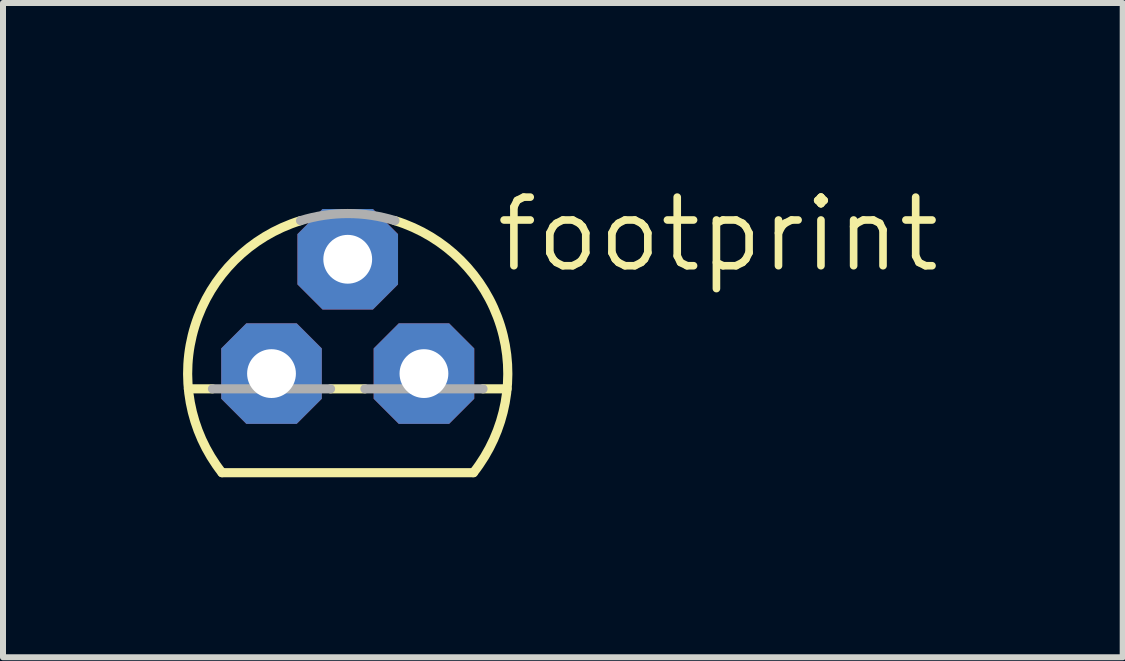
<source format=kicad_pcb>
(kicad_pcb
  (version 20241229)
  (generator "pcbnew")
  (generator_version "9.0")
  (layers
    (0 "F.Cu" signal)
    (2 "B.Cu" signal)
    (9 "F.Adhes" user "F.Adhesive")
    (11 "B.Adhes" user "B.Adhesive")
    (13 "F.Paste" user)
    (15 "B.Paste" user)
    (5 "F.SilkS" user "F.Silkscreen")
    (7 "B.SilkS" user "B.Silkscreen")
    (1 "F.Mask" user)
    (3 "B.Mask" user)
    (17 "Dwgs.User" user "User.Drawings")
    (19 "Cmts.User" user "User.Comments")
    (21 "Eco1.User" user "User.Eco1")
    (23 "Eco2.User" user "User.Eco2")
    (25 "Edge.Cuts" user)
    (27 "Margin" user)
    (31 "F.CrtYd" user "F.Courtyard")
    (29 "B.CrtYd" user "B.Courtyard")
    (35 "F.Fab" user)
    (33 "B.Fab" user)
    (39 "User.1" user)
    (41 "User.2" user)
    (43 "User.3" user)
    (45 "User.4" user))
  (footprint "footprint"
    (layer "F.Cu")
    (at 2.744 3.175)
    (property "Reference" "footprint" (at 2.413 -1.651 0) (layer "F.SilkS") (effects (font (size 1.143 1.143) (thickness 0.127)) (justify left bottom)))
    (fp_line (start -2.655 0.254) (end -2.254 0.254) (stroke (width 0.152) (type solid)) (layer "F.SilkS"))
    (fp_line (start -2.095 1.651) (end 2.095 1.651) (stroke (width 0.152) (type solid)) (layer "F.SilkS"))
    (fp_line (start -0.286 0.254) (end 0.286 0.254) (stroke (width 0.152) (type solid)) (layer "F.SilkS"))
    (fp_line (start 2.254 0.254) (end 2.655 0.254) (stroke (width 0.152) (type solid)) (layer "F.SilkS"))
    (fp_arc (start -2.095 1.651) (mid -2.546798 -0.793169) (end -0.786898 -2.5484) (stroke (width 0.1524) (type solid)) (layer "F.SilkS"))
    (fp_arc (start 0.7869 -2.5484) (mid 2.546798 -0.793168) (end 2.094999 1.651001) (stroke (width 0.1524) (type solid)) (layer "F.SilkS"))
    (fp_line (start -2.254 0.254) (end -0.286 0.254) (stroke (width 0.152) (type solid)) (layer "F.Fab"))
    (fp_line (start 0.286 0.254) (end 2.254 0.254) (stroke (width 0.152) (type solid)) (layer "F.Fab"))
    (fp_arc (start -0.7864 -2.5484) (mid 0 -2.666977) (end 0.7864 -2.5484) (stroke (width 0.1524) (type solid)) (layer "F.Fab"))
    (pad "1" thru_hole roundrect (at -1.27 0) (size 1.676 1.676) (drill 0.813) (layers "*.Cu" "*.Mask") (roundrect_rratio 0.25) (chamfer_ratio 0.25) (chamfer top_left top_right bottom_left bottom_right))
    (pad "2" thru_hole roundrect (at 0 -1.905) (size 1.676 1.676) (drill 0.813) (layers "*.Cu" "*.Mask") (roundrect_rratio 0.25) (chamfer_ratio 0.25) (chamfer top_left top_right bottom_left bottom_right))
    (pad "3" thru_hole roundrect (at 1.27 0) (size 1.676 1.676) (drill 0.813) (layers "*.Cu" "*.Mask") (roundrect_rratio 0.25) (chamfer_ratio 0.25) (chamfer top_left top_right bottom_left bottom_right)))
  (gr_rect
    (start -3 -3)
    (end 15.657 7.902)
    (stroke (width 0.1) (type default))
    (fill no)
    (layer "Edge.Cuts")))
</source>
